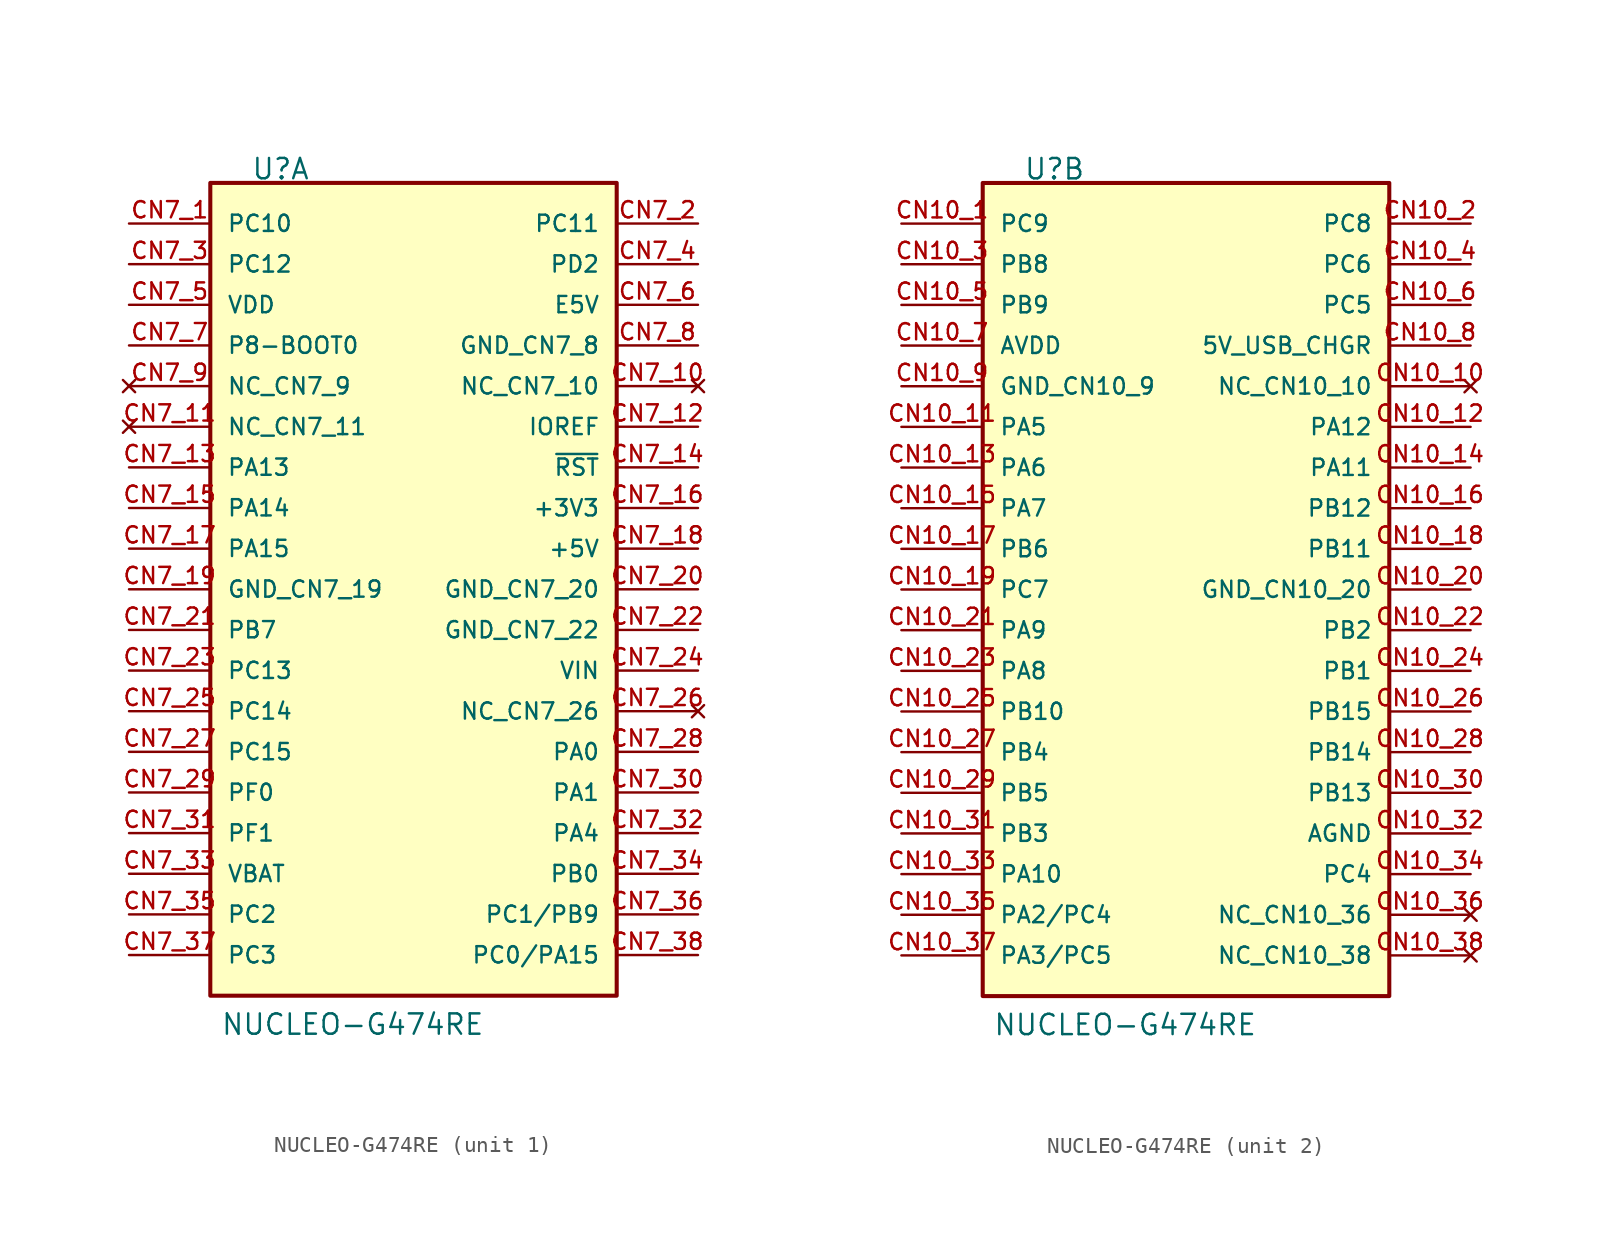
<source format=kicad_sym>
(kicad_symbol_lib
  (version 20231120)
  (generator "kicad_symbol_editor")
  (generator_version "8.0")
  (symbol "NUCLEO-G474RE"
    (pin_names
      (offset 1.016))
    (property "Reference" "U"
      (at -10.16 25.527 0)
      (effects (font (size 1.27 1.27)) (justify left bottom)))
    (property "Value" "NUCLEO-G474RE"
      (at -12.065 -27.94 0)
      (effects (font (size 1.27 1.27)) (justify left bottom)))
    (symbol "NUCLEO-G474RE_1_0"
      (unit_name "CN7")
      (rectangle (start -12.7 25.4) (end 12.7 -25.4) (stroke (width 0.254) (type default)) (fill (type background)))
      (pin bidirectional line (at -17.78 22.86 0) (length 5.08) (name "PC10" (effects (font (size 1.016 1.016)))) (number "CN7_1" (effects (font (size 1.016 1.016)))))
      (pin no_connect line (at 17.78 12.7 180) (length 5.08) (name "NC_CN7_10" (effects (font (size 1.016 1.016)))) (number "CN7_10" (effects (font (size 1.016 1.016)))))
      (pin no_connect line (at -17.78 10.16 0) (length 5.08) (name "NC_CN7_11" (effects (font (size 1.016 1.016)))) (number "CN7_11" (effects (font (size 1.016 1.016)))))
      (pin input line (at 17.78 10.16 180) (length 5.08) (name "IOREF" (effects (font (size 1.016 1.016)))) (number "CN7_12" (effects (font (size 1.016 1.016)))))
      (pin bidirectional line (at -17.78 7.62 0) (length 5.08) (name "PA13" (effects (font (size 1.016 1.016)))) (number "CN7_13" (effects (font (size 1.016 1.016)))))
      (pin bidirectional line (at 17.78 7.62 180) (length 5.08) (name "~{RST}" (effects (font (size 1.016 1.016)))) (number "CN7_14" (effects (font (size 1.016 1.016)))))
      (pin bidirectional line (at -17.78 5.08 0) (length 5.08) (name "PA14" (effects (font (size 1.016 1.016)))) (number "CN7_15" (effects (font (size 1.016 1.016)))))
      (pin power_in line (at 17.78 5.08 180) (length 5.08) (name "+3V3" (effects (font (size 1.016 1.016)))) (number "CN7_16" (effects (font (size 1.016 1.016)))))
      (pin bidirectional line (at -17.78 2.54 0) (length 5.08) (name "PA15" (effects (font (size 1.016 1.016)))) (number "CN7_17" (effects (font (size 1.016 1.016)))))
      (pin power_in line (at 17.78 2.54 180) (length 5.08) (name "+5V" (effects (font (size 1.016 1.016)))) (number "CN7_18" (effects (font (size 1.016 1.016)))))
      (pin power_in line (at -17.78 0 0) (length 5.08) (name "GND_CN7_19" (effects (font (size 1.016 1.016)))) (number "CN7_19" (effects (font (size 1.016 1.016)))))
      (pin bidirectional line (at 17.78 22.86 180) (length 5.08) (name "PC11" (effects (font (size 1.016 1.016)))) (number "CN7_2" (effects (font (size 1.016 1.016)))))
      (pin power_in line (at 17.78 0 180) (length 5.08) (name "GND_CN7_20" (effects (font (size 1.016 1.016)))) (number "CN7_20" (effects (font (size 1.016 1.016)))))
      (pin bidirectional line (at -17.78 -2.54 0) (length 5.08) (name "PB7" (effects (font (size 1.016 1.016)))) (number "CN7_21" (effects (font (size 1.016 1.016)))))
      (pin power_in line (at 17.78 -2.54 180) (length 5.08) (name "GND_CN7_22" (effects (font (size 1.016 1.016)))) (number "CN7_22" (effects (font (size 1.016 1.016)))))
      (pin bidirectional line (at -17.78 -5.08 0) (length 5.08) (name "PC13" (effects (font (size 1.016 1.016)))) (number "CN7_23" (effects (font (size 1.016 1.016)))))
      (pin power_in line (at 17.78 -5.08 180) (length 5.08) (name "VIN" (effects (font (size 1.016 1.016)))) (number "CN7_24" (effects (font (size 1.016 1.016)))))
      (pin bidirectional line (at -17.78 -7.62 0) (length 5.08) (name "PC14" (effects (font (size 1.016 1.016)))) (number "CN7_25" (effects (font (size 1.016 1.016)))))
      (pin no_connect line (at 17.78 -7.62 180) (length 5.08) (name "NC_CN7_26" (effects (font (size 1.016 1.016)))) (number "CN7_26" (effects (font (size 1.016 1.016)))))
      (pin bidirectional line (at -17.78 -10.16 0) (length 5.08) (name "PC15" (effects (font (size 1.016 1.016)))) (number "CN7_27" (effects (font (size 1.016 1.016)))))
      (pin bidirectional line (at 17.78 -10.16 180) (length 5.08) (name "PA0" (effects (font (size 1.016 1.016)))) (number "CN7_28" (effects (font (size 1.016 1.016)))))
      (pin bidirectional line (at -17.78 -12.7 0) (length 5.08) (name "PF0" (effects (font (size 1.016 1.016)))) (number "CN7_29" (effects (font (size 1.016 1.016)))))
      (pin bidirectional line (at -17.78 20.32 0) (length 5.08) (name "PC12" (effects (font (size 1.016 1.016)))) (number "CN7_3" (effects (font (size 1.016 1.016)))))
      (pin bidirectional line (at 17.78 -12.7 180) (length 5.08) (name "PA1" (effects (font (size 1.016 1.016)))) (number "CN7_30" (effects (font (size 1.016 1.016)))))
      (pin bidirectional line (at -17.78 -15.24 0) (length 5.08) (name "PF1" (effects (font (size 1.016 1.016)))) (number "CN7_31" (effects (font (size 1.016 1.016)))))
      (pin bidirectional line (at 17.78 -15.24 180) (length 5.08) (name "PA4" (effects (font (size 1.016 1.016)))) (number "CN7_32" (effects (font (size 1.016 1.016)))))
      (pin power_in line (at -17.78 -17.78 0) (length 5.08) (name "VBAT" (effects (font (size 1.016 1.016)))) (number "CN7_33" (effects (font (size 1.016 1.016)))))
      (pin bidirectional line (at 17.78 -17.78 180) (length 5.08) (name "PB0" (effects (font (size 1.016 1.016)))) (number "CN7_34" (effects (font (size 1.016 1.016)))))
      (pin bidirectional line (at -17.78 -20.32 0) (length 5.08) (name "PC2" (effects (font (size 1.016 1.016)))) (number "CN7_35" (effects (font (size 1.016 1.016)))))
      (pin bidirectional line (at 17.78 -20.32 180) (length 5.08) (name "PC1/PB9" (effects (font (size 1.016 1.016)))) (number "CN7_36" (effects (font (size 1.016 1.016)))))
      (pin bidirectional line (at -17.78 -22.86 0) (length 5.08) (name "PC3" (effects (font (size 1.016 1.016)))) (number "CN7_37" (effects (font (size 1.016 1.016)))))
      (pin bidirectional line (at 17.78 -22.86 180) (length 5.08) (name "PC0/PA15" (effects (font (size 1.016 1.016)))) (number "CN7_38" (effects (font (size 1.016 1.016)))))
      (pin bidirectional line (at 17.78 20.32 180) (length 5.08) (name "PD2" (effects (font (size 1.016 1.016)))) (number "CN7_4" (effects (font (size 1.016 1.016)))))
      (pin power_in line (at -17.78 17.78 0) (length 5.08) (name "VDD" (effects (font (size 1.016 1.016)))) (number "CN7_5" (effects (font (size 1.016 1.016)))))
      (pin power_in line (at 17.78 17.78 180) (length 5.08) (name "E5V" (effects (font (size 1.016 1.016)))) (number "CN7_6" (effects (font (size 1.016 1.016)))))
      (pin bidirectional line (at -17.78 15.24 0) (length 5.08) (name "P8-BOOT0" (effects (font (size 1.016 1.016)))) (number "CN7_7" (effects (font (size 1.016 1.016)))))
      (pin power_in line (at 17.78 15.24 180) (length 5.08) (name "GND_CN7_8" (effects (font (size 1.016 1.016)))) (number "CN7_8" (effects (font (size 1.016 1.016)))))
      (pin no_connect line (at -17.78 12.7 0) (length 5.08) (name "NC_CN7_9" (effects (font (size 1.016 1.016)))) (number "CN7_9" (effects (font (size 1.016 1.016))))))
    (symbol "NUCLEO-G474RE_2_0"
      (unit_name "CN10")
      (rectangle (start -12.7 25.4) (end 12.7 -25.4) (stroke (width 0.254) (type default)) (fill (type background)))
      (pin bidirectional line (at -17.78 22.86 0) (length 5.08) (name "PC9" (effects (font (size 1.016 1.016)))) (number "CN10_1" (effects (font (size 1.016 1.016)))))
      (pin no_connect line (at 17.78 12.7 180) (length 5.08) (name "NC_CN10_10" (effects (font (size 1.016 1.016)))) (number "CN10_10" (effects (font (size 1.016 1.016)))))
      (pin bidirectional line (at -17.78 10.16 0) (length 5.08) (name "PA5" (effects (font (size 1.016 1.016)))) (number "CN10_11" (effects (font (size 1.016 1.016)))))
      (pin bidirectional line (at 17.78 10.16 180) (length 5.08) (name "PA12" (effects (font (size 1.016 1.016)))) (number "CN10_12" (effects (font (size 1.016 1.016)))))
      (pin bidirectional line (at -17.78 7.62 0) (length 5.08) (name "PA6" (effects (font (size 1.016 1.016)))) (number "CN10_13" (effects (font (size 1.016 1.016)))))
      (pin bidirectional line (at 17.78 7.62 180) (length 5.08) (name "PA11" (effects (font (size 1.016 1.016)))) (number "CN10_14" (effects (font (size 1.016 1.016)))))
      (pin bidirectional line (at -17.78 5.08 0) (length 5.08) (name "PA7" (effects (font (size 1.016 1.016)))) (number "CN10_15" (effects (font (size 1.016 1.016)))))
      (pin bidirectional line (at 17.78 5.08 180) (length 5.08) (name "PB12" (effects (font (size 1.016 1.016)))) (number "CN10_16" (effects (font (size 1.016 1.016)))))
      (pin bidirectional line (at -17.78 2.54 0) (length 5.08) (name "PB6" (effects (font (size 1.016 1.016)))) (number "CN10_17" (effects (font (size 1.016 1.016)))))
      (pin bidirectional line (at 17.78 2.54 180) (length 5.08) (name "PB11" (effects (font (size 1.016 1.016)))) (number "CN10_18" (effects (font (size 1.016 1.016)))))
      (pin bidirectional line (at -17.78 0 0) (length 5.08) (name "PC7" (effects (font (size 1.016 1.016)))) (number "CN10_19" (effects (font (size 1.016 1.016)))))
      (pin bidirectional line (at 17.78 22.86 180) (length 5.08) (name "PC8" (effects (font (size 1.016 1.016)))) (number "CN10_2" (effects (font (size 1.016 1.016)))))
      (pin power_in line (at 17.78 0 180) (length 5.08) (name "GND_CN10_20" (effects (font (size 1.016 1.016)))) (number "CN10_20" (effects (font (size 1.016 1.016)))))
      (pin bidirectional line (at -17.78 -2.54 0) (length 5.08) (name "PA9" (effects (font (size 1.016 1.016)))) (number "CN10_21" (effects (font (size 1.016 1.016)))))
      (pin bidirectional line (at 17.78 -2.54 180) (length 5.08) (name "PB2" (effects (font (size 1.016 1.016)))) (number "CN10_22" (effects (font (size 1.016 1.016)))))
      (pin bidirectional line (at -17.78 -5.08 0) (length 5.08) (name "PA8" (effects (font (size 1.016 1.016)))) (number "CN10_23" (effects (font (size 1.016 1.016)))))
      (pin bidirectional line (at 17.78 -5.08 180) (length 5.08) (name "PB1" (effects (font (size 1.016 1.016)))) (number "CN10_24" (effects (font (size 1.016 1.016)))))
      (pin bidirectional line (at -17.78 -7.62 0) (length 5.08) (name "PB10" (effects (font (size 1.016 1.016)))) (number "CN10_25" (effects (font (size 1.016 1.016)))))
      (pin bidirectional line (at 17.78 -7.62 180) (length 5.08) (name "PB15" (effects (font (size 1.016 1.016)))) (number "CN10_26" (effects (font (size 1.016 1.016)))))
      (pin bidirectional line (at -17.78 -10.16 0) (length 5.08) (name "PB4" (effects (font (size 1.016 1.016)))) (number "CN10_27" (effects (font (size 1.016 1.016)))))
      (pin bidirectional line (at 17.78 -10.16 180) (length 5.08) (name "PB14" (effects (font (size 1.016 1.016)))) (number "CN10_28" (effects (font (size 1.016 1.016)))))
      (pin bidirectional line (at -17.78 -12.7 0) (length 5.08) (name "PB5" (effects (font (size 1.016 1.016)))) (number "CN10_29" (effects (font (size 1.016 1.016)))))
      (pin bidirectional line (at -17.78 20.32 0) (length 5.08) (name "PB8" (effects (font (size 1.016 1.016)))) (number "CN10_3" (effects (font (size 1.016 1.016)))))
      (pin bidirectional line (at 17.78 -12.7 180) (length 5.08) (name "PB13" (effects (font (size 1.016 1.016)))) (number "CN10_30" (effects (font (size 1.016 1.016)))))
      (pin bidirectional line (at -17.78 -15.24 0) (length 5.08) (name "PB3" (effects (font (size 1.016 1.016)))) (number "CN10_31" (effects (font (size 1.016 1.016)))))
      (pin power_in line (at 17.78 -15.24 180) (length 5.08) (name "AGND" (effects (font (size 1.016 1.016)))) (number "CN10_32" (effects (font (size 1.016 1.016)))))
      (pin bidirectional line (at -17.78 -17.78 0) (length 5.08) (name "PA10" (effects (font (size 1.016 1.016)))) (number "CN10_33" (effects (font (size 1.016 1.016)))))
      (pin bidirectional line (at 17.78 -17.78 180) (length 5.08) (name "PC4" (effects (font (size 1.016 1.016)))) (number "CN10_34" (effects (font (size 1.016 1.016)))))
      (pin bidirectional line (at -17.78 -20.32 0) (length 5.08) (name "PA2/PC4" (effects (font (size 1.016 1.016)))) (number "CN10_35" (effects (font (size 1.016 1.016)))))
      (pin no_connect line (at 17.78 -20.32 180) (length 5.08) (name "NC_CN10_36" (effects (font (size 1.016 1.016)))) (number "CN10_36" (effects (font (size 1.016 1.016)))))
      (pin bidirectional line (at -17.78 -22.86 0) (length 5.08) (name "PA3/PC5" (effects (font (size 1.016 1.016)))) (number "CN10_37" (effects (font (size 1.016 1.016)))))
      (pin no_connect line (at 17.78 -22.86 180) (length 5.08) (name "NC_CN10_38" (effects (font (size 1.016 1.016)))) (number "CN10_38" (effects (font (size 1.016 1.016)))))
      (pin bidirectional line (at 17.78 20.32 180) (length 5.08) (name "PC6" (effects (font (size 1.016 1.016)))) (number "CN10_4" (effects (font (size 1.016 1.016)))))
      (pin bidirectional line (at -17.78 17.78 0) (length 5.08) (name "PB9" (effects (font (size 1.016 1.016)))) (number "CN10_5" (effects (font (size 1.016 1.016)))))
      (pin bidirectional line (at 17.78 17.78 180) (length 5.08) (name "PC5" (effects (font (size 1.016 1.016)))) (number "CN10_6" (effects (font (size 1.016 1.016)))))
      (pin power_in line (at -17.78 15.24 0) (length 5.08) (name "AVDD" (effects (font (size 1.016 1.016)))) (number "CN10_7" (effects (font (size 1.016 1.016)))))
      (pin power_in line (at 17.78 15.24 180) (length 5.08) (name "5V_USB_CHGR" (effects (font (size 1.016 1.016)))) (number "CN10_8" (effects (font (size 1.016 1.016)))))
      (pin power_in line (at -17.78 12.7 0) (length 5.08) (name "GND_CN10_9" (effects (font (size 1.016 1.016)))) (number "CN10_9" (effects (font (size 1.016 1.016))))))))
</source>
